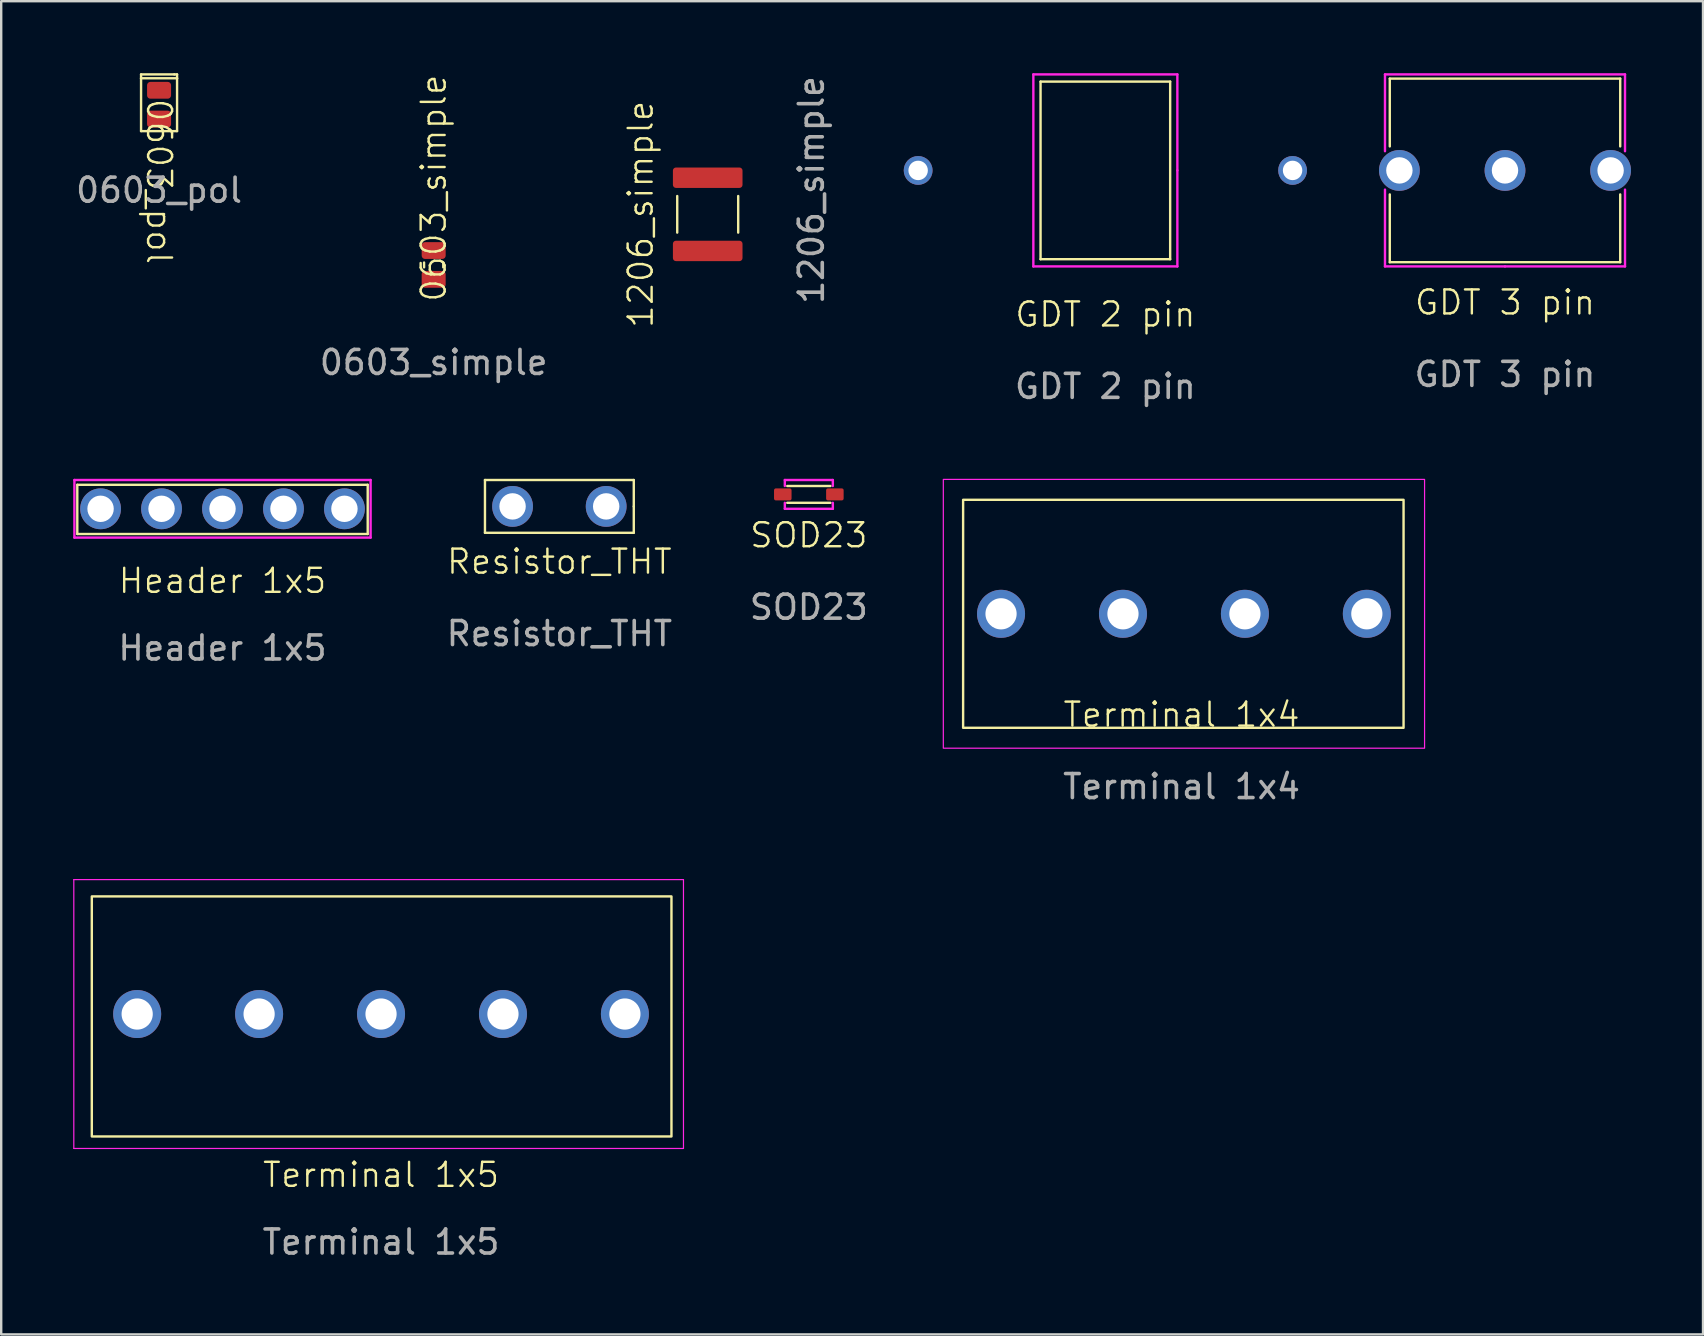
<source format=kicad_pcb>
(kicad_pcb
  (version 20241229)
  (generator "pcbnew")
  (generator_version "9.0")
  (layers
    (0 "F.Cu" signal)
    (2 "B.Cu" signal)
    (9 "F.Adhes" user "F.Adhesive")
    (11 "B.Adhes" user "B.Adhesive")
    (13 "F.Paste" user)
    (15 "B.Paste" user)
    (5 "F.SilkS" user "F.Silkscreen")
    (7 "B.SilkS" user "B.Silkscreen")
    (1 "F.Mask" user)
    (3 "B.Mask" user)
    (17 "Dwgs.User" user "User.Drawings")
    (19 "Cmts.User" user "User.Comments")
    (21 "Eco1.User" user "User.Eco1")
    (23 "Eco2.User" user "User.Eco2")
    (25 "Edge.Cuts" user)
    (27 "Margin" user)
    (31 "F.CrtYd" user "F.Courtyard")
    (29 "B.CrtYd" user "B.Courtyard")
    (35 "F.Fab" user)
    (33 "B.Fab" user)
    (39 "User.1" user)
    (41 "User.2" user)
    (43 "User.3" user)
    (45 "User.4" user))
  (footprint "GDT 3 pin"
    (layer "F.Cu")
    (at 59.652 4.05)
    (property "Reference" "GDT 3 pin" (at 0 5.5 0) (unlocked yes) (layer "F.SilkS") (effects (font (size 1 1) (thickness 0.1))))
    (attr smd)
    (fp_line (start -4.8 -3.825) (end 4.8 -3.825) (stroke (width 0.1) (type default)) (layer "F.SilkS"))
    (fp_line (start -4.8 -1) (end -4.8 -3.825) (stroke (width 0.1) (type solid)) (layer "F.SilkS"))
    (fp_line (start -4.8 3.825) (end -4.8 1) (stroke (width 0.1) (type solid)) (layer "F.SilkS"))
    (fp_line (start 4.8 -1) (end 4.8 -3.825) (stroke (width 0.1) (type solid)) (layer "F.SilkS"))
    (fp_line (start 4.8 3.825) (end -4.8 3.825) (stroke (width 0.1) (type default)) (layer "F.SilkS"))
    (fp_line (start 4.8 3.825) (end 4.8 1) (stroke (width 0.1) (type solid)) (layer "F.SilkS"))
    (fp_line (start -5 -4) (end -5 -0.8) (stroke (width 0.1) (type solid)) (layer "F.CrtYd"))
    (fp_line (start -5 0.8) (end -5 4) (stroke (width 0.1) (type solid)) (layer "F.CrtYd"))
    (fp_line (start -5 4) (end 0 4) (stroke (width 0.1) (type solid)) (layer "F.CrtYd"))
    (fp_line (start 0 4) (end 5 4) (stroke (width 0.1) (type solid)) (layer "F.CrtYd"))
    (fp_line (start 5 -4) (end -5 -4) (stroke (width 0.1) (type solid)) (layer "F.CrtYd"))
    (fp_line (start 5 -4) (end 5 -0.8) (stroke (width 0.1) (type solid)) (layer "F.CrtYd"))
    (fp_line (start 5 0.8) (end 5 4) (stroke (width 0.1) (type solid)) (layer "F.CrtYd"))
    (fp_text user "${REFERENCE}" (at 0 8.5 0) (unlocked yes) (layer "F.Fab") (effects (font (size 1 1) (thickness 0.15))))
    (pad "1" thru_hole circle (at -4.4 0) (size 1.7 1.7) (drill 1.1) (layers "*.Cu" "*.Mask"))
    (pad "2" thru_hole circle (at 0 0) (size 1.7 1.7) (drill 1.1) (layers "*.Cu" "*.Mask"))
    (pad "3" thru_hole circle (at 4.4 0) (size 1.7 1.7) (drill 1.1) (layers "*.Cu" "*.Mask")))
  (footprint "SOD23"
    (layer "F.Cu")
    (at 30.648 17.548)
    (property "Reference" "SOD23" (at 0 1.7 0) (unlocked yes) (layer "F.SilkS") (effects (font (size 1 1) (thickness 0.1))))
    (attr smd)
    (fp_line (start -0.9 -0.35) (end 0.9 -0.35) (stroke (width 0.1) (type default)) (layer "F.SilkS"))
    (fp_line (start -0.9 0.35) (end 0.9 0.35) (stroke (width 0.1) (type default)) (layer "F.SilkS"))
    (fp_line (start -1 -0.6) (end -1 -0.35) (stroke (width 0.1) (type solid)) (layer "F.CrtYd"))
    (fp_line (start -1 -0.6) (end 1 -0.6) (stroke (width 0.1) (type solid)) (layer "F.CrtYd"))
    (fp_line (start -1 0.35) (end -1 0.6) (stroke (width 0.1) (type solid)) (layer "F.CrtYd"))
    (fp_line (start -1 0.6) (end 1 0.6) (stroke (width 0.1) (type solid)) (layer "F.CrtYd"))
    (fp_line (start 1 -0.35) (end 1 -0.6) (stroke (width 0.1) (type solid)) (layer "F.CrtYd"))
    (fp_line (start 1 0.35) (end 1 0.6) (stroke (width 0.1) (type solid)) (layer "F.CrtYd"))
    (fp_text user "${REFERENCE}" (at 0 4.7 0) (unlocked yes) (layer "F.Fab") (effects (font (size 1 1) (thickness 0.15))))
    (pad "1" smd roundrect (at -1.085 0) (size 0.73 0.5) (layers "F.Cu" "F.Mask" "F.Paste") (roundrect_rratio 0.15))
    (pad "2" smd roundrect (at 1.085 0) (size 0.73 0.5) (layers "F.Cu" "F.Mask" "F.Paste") (roundrect_rratio 0.15)))
  (footprint "Terminal 1x4"
    (layer "F.Cu")
    (at 46.276 22.523)
    (property "Reference" "Terminal 1x4" (at -0.1 4.2 0) (unlocked yes) (layer "F.SilkS") (effects (font (size 1 1) (thickness 0.1))))
    (attr smd)
    (fp_rect (start -9.2 -4.75) (end 9.15 4.75) (stroke (width 0.1) (type default)) (fill no) (layer "F.SilkS"))
    (fp_rect (start -10.025 -5.6) (end 10.025 5.6) (stroke (width 0.05) (type solid)) (fill no) (layer "F.CrtYd"))
    (fp_text user "${REFERENCE}" (at -0.1 7.2 0) (unlocked yes) (layer "F.Fab") (effects (font (size 1 1) (thickness 0.15))))
    (pad "1" thru_hole circle (at -7.62 0) (size 2 2) (drill 1.3) (layers "*.Cu" "*.Mask"))
    (pad "2" thru_hole circle (at -2.54 0) (size 2 2) (drill 1.3) (layers "*.Cu" "*.Mask"))
    (pad "3" thru_hole circle (at 2.54 0) (size 2 2) (drill 1.3) (layers "*.Cu" "*.Mask"))
    (pad "4" thru_hole circle (at 7.62 0) (size 2 2) (drill 1.3) (layers "*.Cu" "*.Mask")))
  (footprint "0603_simple"
    (layer "F.Cu")
    (at 15.018 7.988)
    (property "Reference" "0603_simple" (at 0 -3.2 90) (unlocked yes) (layer "F.SilkS") (effects (font (size 1 1) (thickness 0.1))))
    (attr smd)
    (fp_line (start -0.4 0.1) (end -0.4 -0.1) (stroke (width 0.1) (type default)) (layer "F.SilkS"))
    (fp_line (start 0.4 -0.1) (end 0.4 0.1) (stroke (width 0.1) (type default)) (layer "F.SilkS"))
    (fp_text user "${REFERENCE}" (at 0 4.064 0) (unlocked yes) (layer "F.Fab") (effects (font (size 1 1) (thickness 0.15))))
    (pad "1" smd roundrect (at 0 0.6) (size 1 0.7) (layers "F.Cu" "F.Mask" "F.Paste") (roundrect_rratio 0.197))
    (pad "2" smd roundrect (at 0 -0.6) (size 1 0.7) (layers "F.Cu" "F.Mask" "F.Paste") (roundrect_rratio 0.197)))
  (footprint "1206_simple"
    (layer "F.Cu")
    (at 26.435 5.879)
    (property "Reference" "1206_simple" (at -2.794 0 90) (unlocked yes) (layer "F.SilkS") (effects (font (size 1 1) (thickness 0.1))))
    (attr smd)
    (fp_line (start -1.27 0.762) (end -1.27 -0.762) (stroke (width 0.1) (type default)) (layer "F.SilkS"))
    (fp_line (start 1.27 -0.762) (end 1.27 0.762) (stroke (width 0.1) (type default)) (layer "F.SilkS"))
    (fp_text user "${REFERENCE}" (at 4.318 -1.016 90) (unlocked yes) (layer "F.Fab") (effects (font (size 1 1) (thickness 0.15))))
    (pad "1" smd roundrect (at 0 1.525) (size 2.9 0.85) (layers "F.Cu" "F.Mask" "F.Paste") (roundrect_rratio 0.15))
    (pad "2" smd roundrect (at 0 -1.525) (size 2.9 0.85) (layers "F.Cu" "F.Mask" "F.Paste") (roundrect_rratio 0.15)))
  (footprint "Terminal 1x5"
    (layer "F.Cu")
    (at 12.825 39.197)
    (property "Reference" "Terminal 1x5" (at 0 6.7 0) (unlocked yes) (layer "F.SilkS") (effects (font (size 1 1) (thickness 0.1))))
    (attr smd)
    (fp_rect (start -12.05 -4.9) (end 12.1 5.1) (stroke (width 0.1) (type default)) (fill no) (layer "F.SilkS"))
    (fp_line (start -12.8 -5.6) (end -12.8 5.6) (stroke (width 0.05) (type solid)) (layer "F.CrtYd"))
    (fp_line (start -12.8 5.6) (end 12.6 5.6) (stroke (width 0.05) (type solid)) (layer "F.CrtYd"))
    (fp_line (start 12.6 -5.6) (end -12.8 -5.6) (stroke (width 0.05) (type default)) (layer "F.CrtYd"))
    (fp_line (start 12.6 -0.05) (end 12.6 -5.6) (stroke (width 0.05) (type default)) (layer "F.CrtYd"))
    (fp_line (start 12.6 5.6) (end 12.6 -0.05) (stroke (width 0.05) (type default)) (layer "F.CrtYd"))
    (fp_text user "${REFERENCE}" (at 0 9.5 0) (unlocked yes) (layer "F.Fab") (effects (font (size 1 1) (thickness 0.15))))
    (pad "1" thru_hole circle (at -10.16 0) (size 2 2) (drill 1.3) (layers "*.Cu" "*.Mask"))
    (pad "2" thru_hole circle (at -5.08 0) (size 2 2) (drill 1.3) (layers "*.Cu" "*.Mask"))
    (pad "3" thru_hole circle (at 0 0) (size 2 2) (drill 1.3) (layers "*.Cu" "*.Mask"))
    (pad "4" thru_hole circle (at 5.08 0) (size 2 2) (drill 1.3) (layers "*.Cu" "*.Mask"))
    (pad "5" thru_hole circle (at 10.16 0) (size 2 2) (drill 1.3) (layers "*.Cu" "*.Mask")))
  (footprint "GDT 2 pin"
    (layer "F.Cu")
    (at 43.002 4.05)
    (property "Reference" "GDT 2 pin" (at 0 6 0) (unlocked yes) (layer "F.SilkS") (effects (font (size 1 1) (thickness 0.1))))
    (attr smd)
    (fp_line (start -2.7 -3.7) (end 2.7 -3.7) (stroke (width 0.1) (type solid)) (layer "F.SilkS"))
    (fp_line (start -2.7 3.7) (end -2.7 -3.7) (stroke (width 0.1) (type solid)) (layer "F.SilkS"))
    (fp_line (start 2.7 -3.7) (end 2.7 3.7) (stroke (width 0.1) (type solid)) (layer "F.SilkS"))
    (fp_line (start 2.7 3.7) (end -2.7 3.7) (stroke (width 0.1) (type solid)) (layer "F.SilkS"))
    (fp_line (start -3 -4) (end -3 4) (stroke (width 0.1) (type solid)) (layer "F.CrtYd"))
    (fp_line (start -3 -4) (end 3 -4) (stroke (width 0.1) (type solid)) (layer "F.CrtYd"))
    (fp_line (start -3 4) (end 3 4) (stroke (width 0.1) (type solid)) (layer "F.CrtYd"))
    (fp_line (start 3 0) (end 3 -4) (stroke (width 0.1) (type solid)) (layer "F.CrtYd"))
    (fp_line (start 3 0) (end 3 4) (stroke (width 0.1) (type solid)) (layer "F.CrtYd"))
    (fp_text user "${REFERENCE}" (at 0 9 0) (unlocked yes) (layer "F.Fab") (effects (font (size 1 1) (thickness 0.15))))
    (pad "1" thru_hole circle (at -7.8 0) (size 1.2 1.2) (drill 0.81) (layers "*.Cu" "*.Mask"))
    (pad "3" thru_hole circle (at 7.8 0) (size 1.2 1.2) (drill 0.81) (layers "*.Cu" "*.Mask")))
  (footprint "0603_pol"
    (layer "F.Cu")
    (at 3.577 0.812)
    (property "Reference" "0603_pol" (at 0 3.7 270) (unlocked yes) (layer "F.SilkS") (effects (font (size 1 1) (thickness 0.1))))
    (attr smd)
    (fp_line (start -0.75 -0.762) (end -0.75 -0.6) (stroke (width 0.1) (type default)) (layer "F.SilkS"))
    (fp_line (start -0.75 -0.762) (end 0.635 -0.762) (stroke (width 0.1) (type default)) (layer "F.SilkS"))
    (fp_line (start -0.75 -0.6) (end 0.75 -0.6) (stroke (width 0.1) (type default)) (layer "F.SilkS"))
    (fp_line (start -0.75 1.6) (end -0.75 -0.6) (stroke (width 0.1) (type default)) (layer "F.SilkS"))
    (fp_line (start 0.75 -0.762) (end 0.635 -0.762) (stroke (width 0.1) (type default)) (layer "F.SilkS"))
    (fp_line (start 0.75 -0.6) (end 0.75 -0.762) (stroke (width 0.1) (type default)) (layer "F.SilkS"))
    (fp_line (start 0.75 -0.6) (end 0.75 1.6) (stroke (width 0.1) (type default)) (layer "F.SilkS"))
    (fp_line (start 0.75 1.6) (end -0.75 1.6) (stroke (width 0.1) (type default)) (layer "F.SilkS"))
    (fp_text user "${REFERENCE}" (at 0 4.064 0) (unlocked yes) (layer "F.Fab") (effects (font (size 1 1) (thickness 0.15))))
    (pad "1" smd roundrect (at 0 -0.1 180) (size 1 0.7) (layers "F.Cu" "F.Mask" "F.Paste") (roundrect_rratio 0.197))
    (pad "2" smd roundrect (at 0 1.1 180) (size 1 0.7) (layers "F.Cu" "F.Mask" "F.Paste") (roundrect_rratio 0.197)))
  (footprint "Resistor_THT"
    (layer "F.Cu")
    (at 20.255 18.048)
    (property "Reference" "Resistor_THT" (at 0 2.3 0) (unlocked yes) (layer "F.SilkS") (effects (font (size 1 1) (thickness 0.1))))
    (attr smd)
    (fp_line (start -3.1 -1.1) (end -3.1 1.1) (stroke (width 0.1) (type default)) (layer "F.SilkS"))
    (fp_line (start -3.1 1.1) (end 3.1 1.1) (stroke (width 0.1) (type default)) (layer "F.SilkS"))
    (fp_line (start 3.1 -1.1) (end -3.1 -1.1) (stroke (width 0.1) (type default)) (layer "F.SilkS"))
    (fp_line (start 3.1 0) (end 3.1 -1.1) (stroke (width 0.1) (type default)) (layer "F.SilkS"))
    (fp_line (start 3.1 1.1) (end 3.1 0) (stroke (width 0.1) (type default)) (layer "F.SilkS"))
    (fp_text user "${REFERENCE}" (at 0 5.3 0) (unlocked yes) (layer "F.Fab") (effects (font (size 1 1) (thickness 0.15))))
    (pad "1" thru_hole circle (at -1.95 0) (size 1.7 1.7) (drill 1.1) (layers "*.Cu" "*.Mask"))
    (pad "2" thru_hole circle (at 1.95 0) (size 1.7 1.7) (drill 1.1) (layers "*.Cu" "*.Mask")))
  (footprint "Header 1x5"
    (layer "F.Cu")
    (at 6.22 18.148)
    (property "Reference" "Header 1x5" (at 0 3 0) (unlocked yes) (layer "F.SilkS") (effects (font (size 1 1) (thickness 0.1))))
    (attr smd)
    (fp_line (start -6.05 -1) (end -6.05 1.05) (stroke (width 0.1) (type default)) (layer "F.SilkS"))
    (fp_line (start -6.05 -1) (end 6.05 -1) (stroke (width 0.1) (type solid)) (layer "F.SilkS"))
    (fp_line (start 6.05 -1) (end 6.05 1.05) (stroke (width 0.1) (type default)) (layer "F.SilkS"))
    (fp_line (start 6.05 1.05) (end -6.05 1.05) (stroke (width 0.1) (type solid)) (layer "F.SilkS"))
    (fp_line (start -6.17 -1.2) (end -6.17 1.2) (stroke (width 0.1) (type solid)) (layer "F.CrtYd"))
    (fp_line (start 6.17 -1.2) (end -6.17 -1.2) (stroke (width 0.1) (type solid)) (layer "F.CrtYd"))
    (fp_line (start 6.17 1.2) (end -6.17 1.2) (stroke (width 0.1) (type solid)) (layer "F.CrtYd"))
    (fp_line (start 6.17 1.2) (end 6.17 -1.2) (stroke (width 0.1) (type solid)) (layer "F.CrtYd"))
    (fp_text user "${REFERENCE}" (at 0 5.8 0) (unlocked yes) (layer "F.Fab") (effects (font (size 1 1) (thickness 0.15))))
    (pad "1" thru_hole circle (at -5.08 0) (size 1.7 1.7) (drill 1.1) (layers "*.Cu" "*.Mask"))
    (pad "2" thru_hole circle (at -2.54 0) (size 1.7 1.7) (drill 1.1) (layers "*.Cu" "*.Mask"))
    (pad "3" thru_hole circle (at 0 0) (size 1.7 1.7) (drill 1.1) (layers "*.Cu" "*.Mask"))
    (pad "4" thru_hole circle (at 2.54 0) (size 1.7 1.7) (drill 1.1) (layers "*.Cu" "*.Mask"))
    (pad "5" thru_hole circle (at 5.08 0) (size 1.7 1.7) (drill 1.1) (layers "*.Cu" "*.Mask")))
  (gr_rect
    (start -3 -3)
    (end 67.902 52.545)
    (stroke (width 0.1) (type default))
    (fill no)
    (layer "Edge.Cuts")))
</source>
